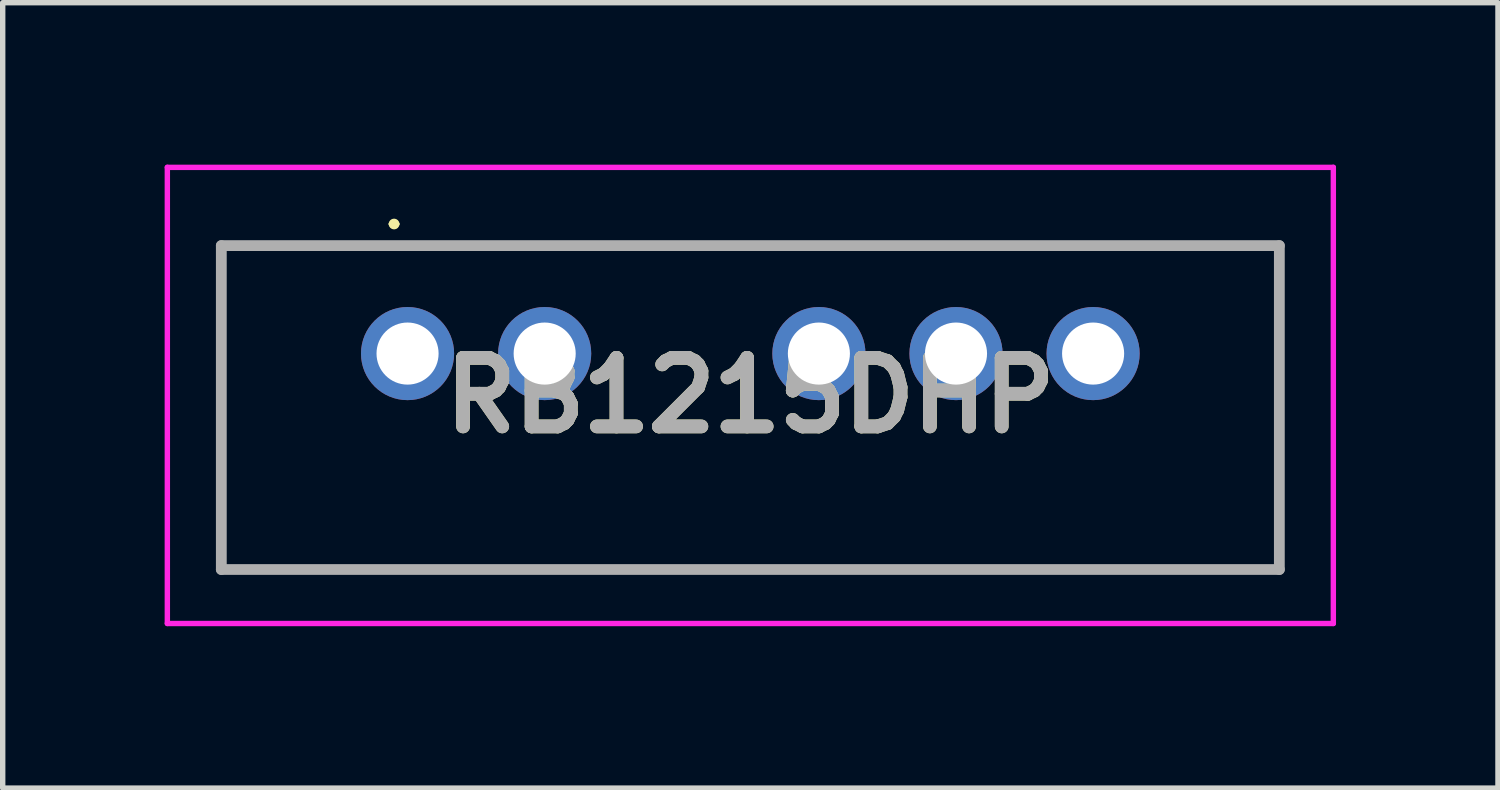
<source format=kicad_pcb>
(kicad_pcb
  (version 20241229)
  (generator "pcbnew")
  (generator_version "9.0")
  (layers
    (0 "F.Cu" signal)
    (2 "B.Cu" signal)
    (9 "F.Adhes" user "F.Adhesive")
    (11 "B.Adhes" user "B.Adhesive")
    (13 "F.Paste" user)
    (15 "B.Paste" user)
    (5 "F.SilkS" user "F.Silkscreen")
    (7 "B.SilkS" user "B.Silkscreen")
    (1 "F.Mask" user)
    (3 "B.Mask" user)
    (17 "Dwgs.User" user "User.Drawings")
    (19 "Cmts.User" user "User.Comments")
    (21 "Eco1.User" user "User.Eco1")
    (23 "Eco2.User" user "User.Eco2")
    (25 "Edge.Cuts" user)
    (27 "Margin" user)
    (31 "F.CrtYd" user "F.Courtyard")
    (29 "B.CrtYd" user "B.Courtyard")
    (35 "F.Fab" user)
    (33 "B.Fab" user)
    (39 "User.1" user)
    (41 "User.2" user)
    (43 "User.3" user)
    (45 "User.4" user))
  (footprint "RB1215DHP"
    (layer "F.Cu")
    (at 4.5 3.5)
    (property "Reference" "RB1215DHP" (at 6.35 0.775 0) (layer "F.SilkS") (effects (font (size 1.27 1.27) (thickness 0.254))))
    (attr through_hole)
    (fp_line (start -3.45 -2) (end 16.15 -2) (stroke (width 0.1) (type solid)) (layer "F.SilkS"))
    (fp_line (start -3.45 4) (end -3.45 -2) (stroke (width 0.1) (type solid)) (layer "F.SilkS"))
    (fp_line (start -0.3 -2.4) (end -0.3 -2.4) (stroke (width 0.1) (type solid)) (layer "F.SilkS"))
    (fp_line (start -0.2 -2.4) (end -0.2 -2.4) (stroke (width 0.1) (type solid)) (layer "F.SilkS"))
    (fp_line (start 16.15 -2) (end 16.15 4) (stroke (width 0.1) (type solid)) (layer "F.SilkS"))
    (fp_line (start 16.15 4) (end -3.45 4) (stroke (width 0.1) (type solid)) (layer "F.SilkS"))
    (fp_arc (start -0.3 -2.4) (mid -0.25 -2.45) (end -0.2 -2.4) (stroke (width 0.1) (type solid)) (layer "F.SilkS"))
    (fp_arc (start -0.2 -2.4) (mid -0.25 -2.35) (end -0.3 -2.4) (stroke (width 0.1) (type solid)) (layer "F.SilkS"))
    (fp_line (start -4.45 -3.45) (end 17.15 -3.45) (stroke (width 0.1) (type solid)) (layer "F.CrtYd"))
    (fp_line (start -4.45 5) (end -4.45 -3.45) (stroke (width 0.1) (type solid)) (layer "F.CrtYd"))
    (fp_line (start 17.15 -3.45) (end 17.15 5) (stroke (width 0.1) (type solid)) (layer "F.CrtYd"))
    (fp_line (start 17.15 5) (end -4.45 5) (stroke (width 0.1) (type solid)) (layer "F.CrtYd"))
    (fp_line (start -3.45 -2) (end 16.15 -2) (stroke (width 0.2) (type solid)) (layer "F.Fab"))
    (fp_line (start -3.45 4) (end -3.45 -2) (stroke (width 0.2) (type solid)) (layer "F.Fab"))
    (fp_line (start 16.15 -2) (end 16.15 4) (stroke (width 0.2) (type solid)) (layer "F.Fab"))
    (fp_line (start 16.15 4) (end -3.45 4) (stroke (width 0.2) (type solid)) (layer "F.Fab"))
    (fp_text user "${REFERENCE}" (at 6.35 0.775 0) (layer "F.Fab") (effects (font (size 1.27 1.27) (thickness 0.254))))
    (pad "1" thru_hole circle (at 0 0) (size 1.725 1.725) (drill 1.15) (layers "*.Cu" "*.Mask"))
    (pad "2" thru_hole circle (at 2.54 0) (size 1.725 1.725) (drill 1.15) (layers "*.Cu" "*.Mask"))
    (pad "4" thru_hole circle (at 7.62 0) (size 1.725 1.725) (drill 1.15) (layers "*.Cu" "*.Mask"))
    (pad "5" thru_hole circle (at 10.16 0) (size 1.725 1.725) (drill 1.15) (layers "*.Cu" "*.Mask"))
    (pad "6" thru_hole circle (at 12.7 0) (size 1.725 1.725) (drill 1.15) (layers "*.Cu" "*.Mask")))
  (gr_rect
    (start -3 -3)
    (end 24.7 11.55)
    (stroke (width 0.1) (type default))
    (fill no)
    (layer "Edge.Cuts")))
</source>
